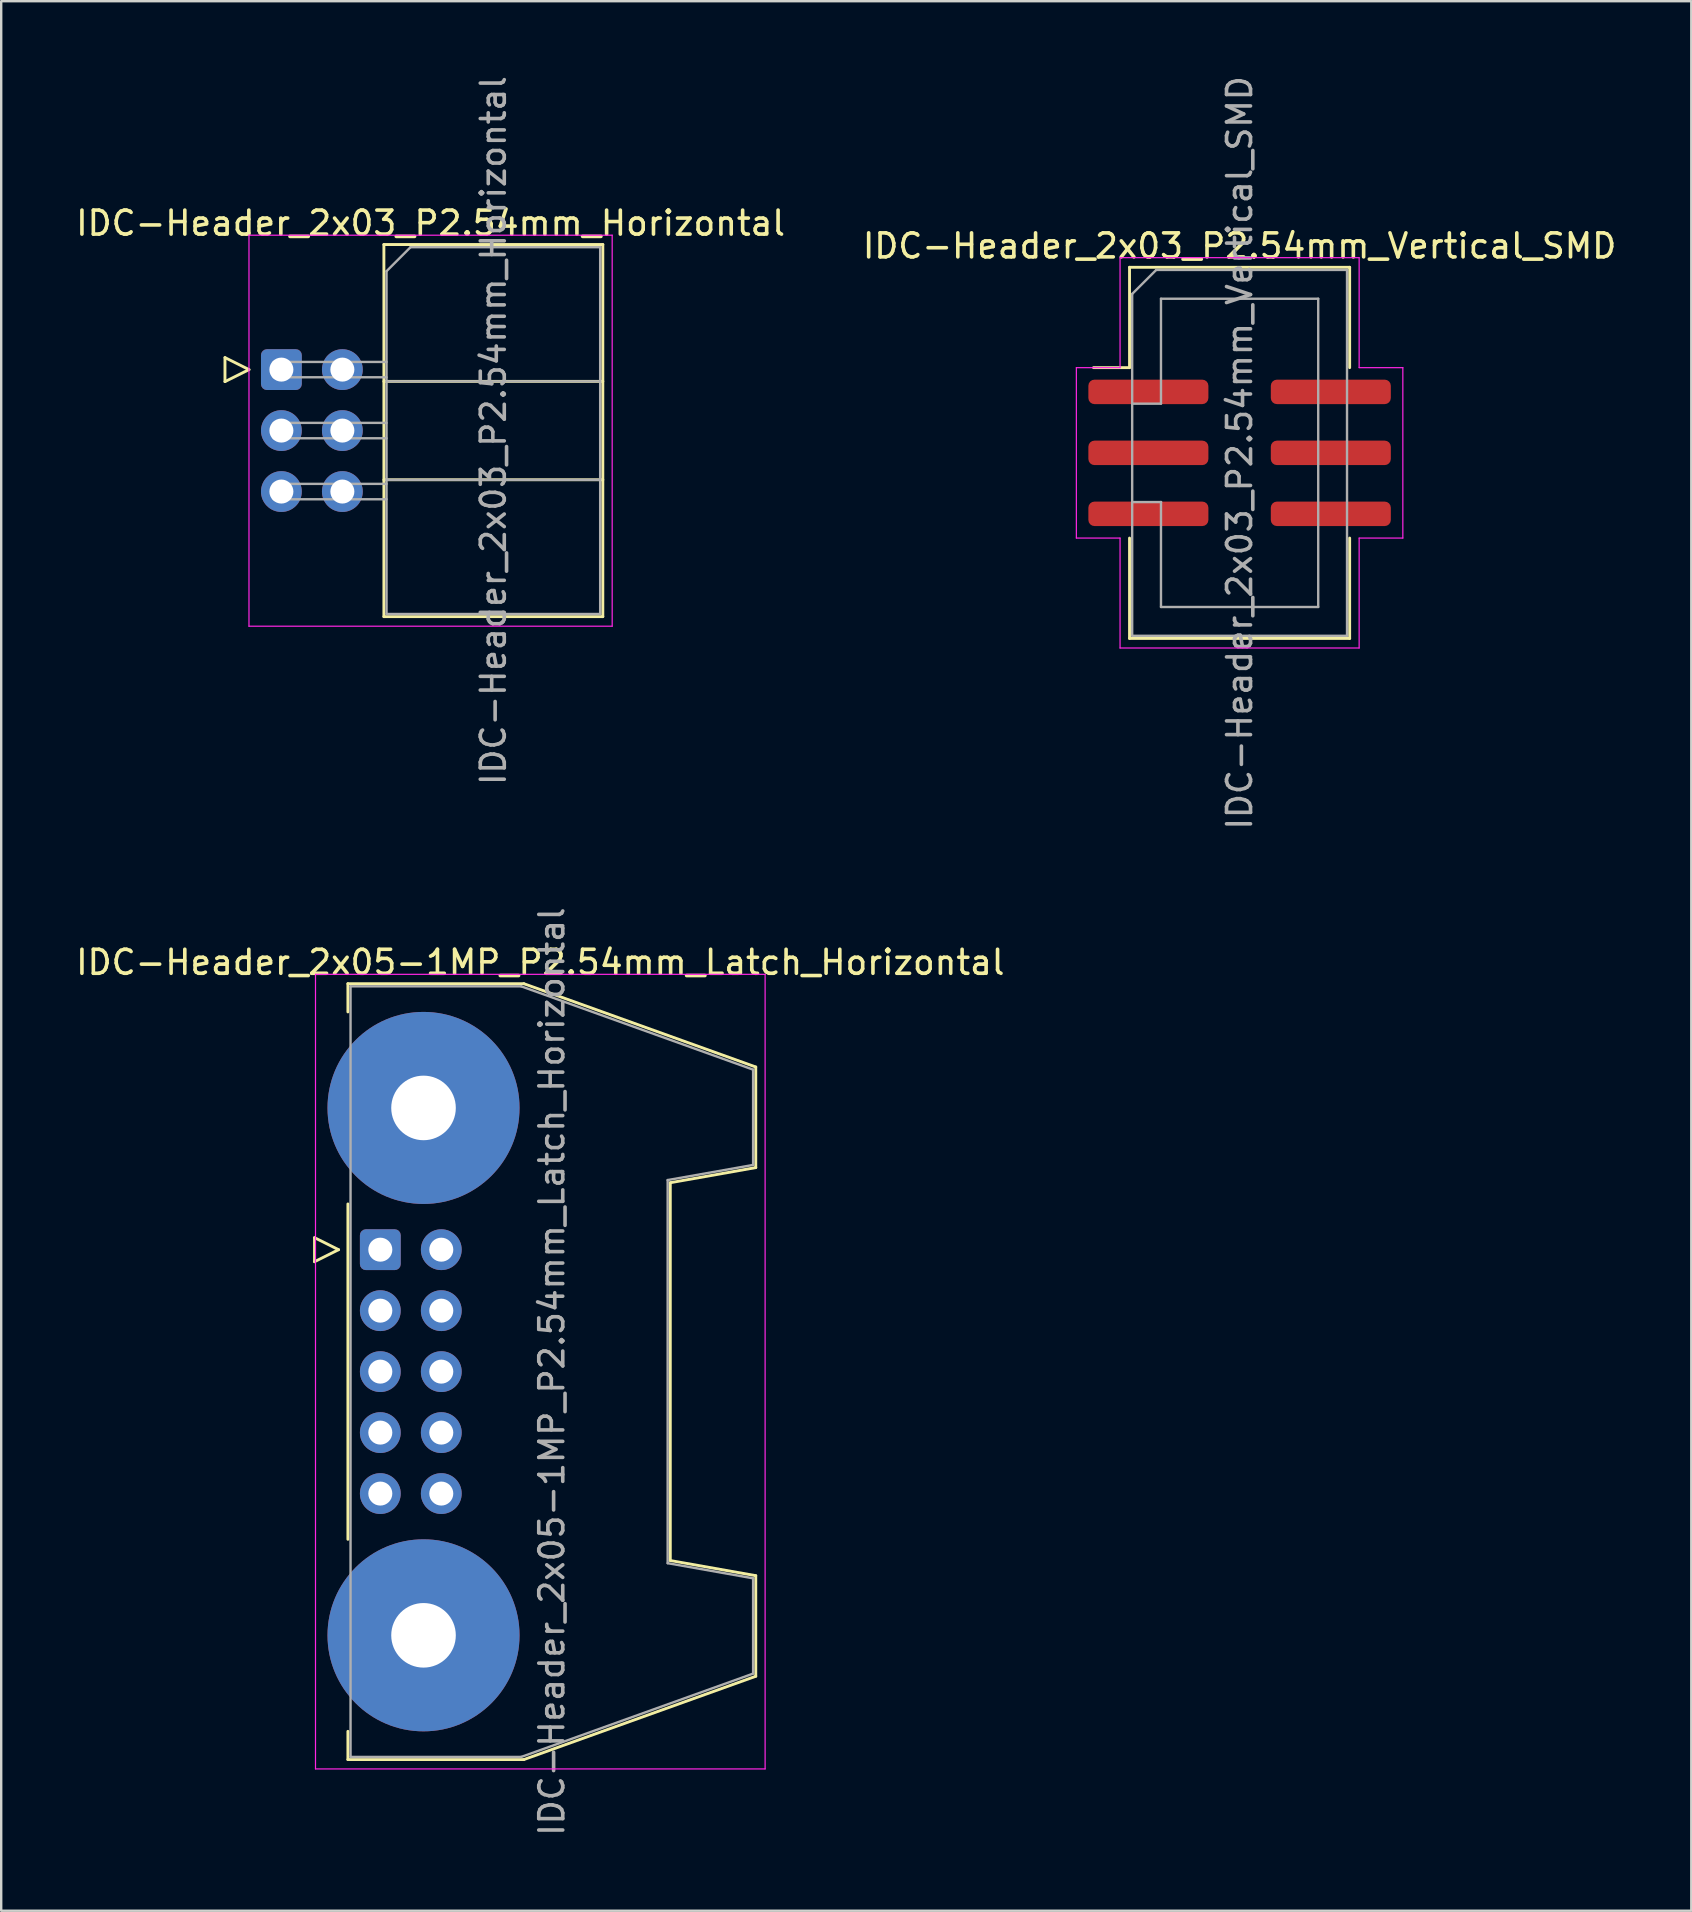
<source format=kicad_pcb>
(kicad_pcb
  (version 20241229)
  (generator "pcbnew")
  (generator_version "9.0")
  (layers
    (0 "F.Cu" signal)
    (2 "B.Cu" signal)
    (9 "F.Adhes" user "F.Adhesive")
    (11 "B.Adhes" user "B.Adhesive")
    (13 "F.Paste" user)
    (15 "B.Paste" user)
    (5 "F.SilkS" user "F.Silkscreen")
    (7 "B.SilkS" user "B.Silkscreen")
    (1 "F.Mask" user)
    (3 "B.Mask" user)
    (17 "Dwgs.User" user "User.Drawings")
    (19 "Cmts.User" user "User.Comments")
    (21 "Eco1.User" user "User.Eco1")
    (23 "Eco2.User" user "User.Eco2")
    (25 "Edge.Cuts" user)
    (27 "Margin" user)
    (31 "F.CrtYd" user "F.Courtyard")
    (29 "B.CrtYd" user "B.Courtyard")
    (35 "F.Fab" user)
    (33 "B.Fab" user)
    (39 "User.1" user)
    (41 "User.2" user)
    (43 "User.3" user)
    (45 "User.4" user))
  (footprint "IDC-Header_2x05-1MP_P2.54mm_Latch_Horizontal"
    (layer "F.Cu")
    (at 12.793 49.009)
    (property "Reference" "IDC-Header_2x05-1MP_P2.54mm_Latch_Horizontal" (at 6.665 -11.97 0) (layer "F.SilkS") (effects (font (size 1 1) (thickness 0.15))))
    (attr through_hole)
    (fp_line (start -2.74 -0.5) (end -2.74 0.5) (stroke (width 0.12) (type solid)) (layer "F.SilkS"))
    (fp_line (start -2.74 0.5) (end -1.74 0) (stroke (width 0.12) (type solid)) (layer "F.SilkS"))
    (fp_line (start -1.74 0) (end -2.74 -0.5) (stroke (width 0.12) (type solid)) (layer "F.SilkS"))
    (fp_line (start -1.35 -11.08) (end -1.35 -9.905) (stroke (width 0.12) (type solid)) (layer "F.SilkS"))
    (fp_line (start -1.35 -11.08) (end 5.98 -11.08) (stroke (width 0.12) (type solid)) (layer "F.SilkS"))
    (fp_line (start -1.35 -1.905) (end -1.35 12.065) (stroke (width 0.12) (type solid)) (layer "F.SilkS"))
    (fp_line (start -1.35 20.065) (end -1.35 21.24) (stroke (width 0.12) (type solid)) (layer "F.SilkS"))
    (fp_line (start 5.98 -11.08) (end 15.64 -7.61) (stroke (width 0.12) (type solid)) (layer "F.SilkS"))
    (fp_line (start 5.98 21.24) (end -1.35 21.24) (stroke (width 0.12) (type solid)) (layer "F.SilkS"))
    (fp_line (start 12.08 -2.79) (end 12.08 12.95) (stroke (width 0.12) (type solid)) (layer "F.SilkS"))
    (fp_line (start 12.08 12.95) (end 15.64 13.58) (stroke (width 0.12) (type solid)) (layer "F.SilkS"))
    (fp_line (start 15.64 -7.61) (end 15.64 -3.42) (stroke (width 0.12) (type solid)) (layer "F.SilkS"))
    (fp_line (start 15.64 -3.42) (end 12.08 -2.79) (stroke (width 0.12) (type solid)) (layer "F.SilkS"))
    (fp_line (start 15.64 13.58) (end 15.64 17.77) (stroke (width 0.12) (type solid)) (layer "F.SilkS"))
    (fp_line (start 15.64 17.77) (end 5.98 21.24) (stroke (width 0.12) (type solid)) (layer "F.SilkS"))
    (fp_line (start -2.7 -11.47) (end -2.7 21.63) (stroke (width 0.05) (type solid)) (layer "F.CrtYd"))
    (fp_line (start -2.7 21.63) (end 16.03 21.63) (stroke (width 0.05) (type solid)) (layer "F.CrtYd"))
    (fp_line (start 16.03 -11.47) (end -2.7 -11.47) (stroke (width 0.05) (type solid)) (layer "F.CrtYd"))
    (fp_line (start 16.03 21.63) (end 16.03 -11.47) (stroke (width 0.05) (type solid)) (layer "F.CrtYd"))
    (fp_line (start -1.24 -10.97) (end 5.87 -10.97) (stroke (width 0.1) (type solid)) (layer "F.Fab"))
    (fp_line (start -1.24 21.13) (end -1.24 -10.97) (stroke (width 0.1) (type solid)) (layer "F.Fab"))
    (fp_line (start 5.87 -10.97) (end 15.53 -7.5) (stroke (width 0.1) (type solid)) (layer "F.Fab"))
    (fp_line (start 5.87 21.13) (end -1.24 21.13) (stroke (width 0.1) (type solid)) (layer "F.Fab"))
    (fp_line (start 11.97 -2.9) (end 11.97 13.06) (stroke (width 0.1) (type solid)) (layer "F.Fab"))
    (fp_line (start 11.97 13.06) (end 15.53 13.69) (stroke (width 0.1) (type solid)) (layer "F.Fab"))
    (fp_line (start 15.53 -7.5) (end 15.53 -3.53) (stroke (width 0.1) (type solid)) (layer "F.Fab"))
    (fp_line (start 15.53 -3.53) (end 11.97 -2.9) (stroke (width 0.1) (type solid)) (layer "F.Fab"))
    (fp_line (start 15.53 13.69) (end 15.53 17.66) (stroke (width 0.1) (type solid)) (layer "F.Fab"))
    (fp_line (start 15.53 17.66) (end 5.87 21.13) (stroke (width 0.1) (type solid)) (layer "F.Fab"))
    (fp_text user "${REFERENCE}" (at 7.145 5.08 90) (layer "F.Fab") (effects (font (size 1 1) (thickness 0.15))))
    (pad "1" thru_hole roundrect (at 0 0) (size 1.7 1.7) (drill 1) (layers "*.Cu" "*.Mask") (roundrect_rratio 0.147))
    (pad "2" thru_hole circle (at 2.54 0) (size 1.7 1.7) (drill 1) (layers "*.Cu" "*.Mask"))
    (pad "3" thru_hole circle (at 0 2.54) (size 1.7 1.7) (drill 1) (layers "*.Cu" "*.Mask"))
    (pad "4" thru_hole circle (at 2.54 2.54) (size 1.7 1.7) (drill 1) (layers "*.Cu" "*.Mask"))
    (pad "5" thru_hole circle (at 0 5.08) (size 1.7 1.7) (drill 1) (layers "*.Cu" "*.Mask"))
    (pad "6" thru_hole circle (at 2.54 5.08) (size 1.7 1.7) (drill 1) (layers "*.Cu" "*.Mask"))
    (pad "7" thru_hole circle (at 0 7.62) (size 1.7 1.7) (drill 1) (layers "*.Cu" "*.Mask"))
    (pad "8" thru_hole circle (at 2.54 7.62) (size 1.7 1.7) (drill 1) (layers "*.Cu" "*.Mask"))
    (pad "9" thru_hole circle (at 0 10.16) (size 1.7 1.7) (drill 1) (layers "*.Cu" "*.Mask"))
    (pad "10" thru_hole circle (at 2.54 10.16) (size 1.7 1.7) (drill 1) (layers "*.Cu" "*.Mask"))
    (pad "MP" thru_hole circle (at 1.8 -5.905) (size 8 8) (drill 2.69) (layers "*.Cu" "*.Mask"))
    (pad "MP" thru_hole circle (at 1.8 16.065) (size 8 8) (drill 2.69) (layers "*.Cu" "*.Mask")))
  (footprint "IDC-Header_2x03_P2.54mm_Vertical_SMD"
    (layer "F.Cu")
    (at 48.589 15.815)
    (property "Reference" "IDC-Header_2x03_P2.54mm_Vertical_SMD" (at 0 -8.62 0) (layer "F.SilkS") (effects (font (size 1 1) (thickness 0.15))))
    (attr smd)
    (fp_line (start -4.585 -7.73) (end 4.585 -7.73) (stroke (width 0.12) (type solid)) (layer "F.SilkS"))
    (fp_line (start -4.585 -3.55) (end -6.085 -3.55) (stroke (width 0.12) (type solid)) (layer "F.SilkS"))
    (fp_line (start -4.585 -3.55) (end -4.585 -7.73) (stroke (width 0.12) (type solid)) (layer "F.SilkS"))
    (fp_line (start -4.585 3.55) (end -4.585 7.73) (stroke (width 0.12) (type solid)) (layer "F.SilkS"))
    (fp_line (start -4.585 7.73) (end 4.585 7.73) (stroke (width 0.12) (type solid)) (layer "F.SilkS"))
    (fp_line (start 4.585 -7.73) (end 4.585 -3.55) (stroke (width 0.12) (type solid)) (layer "F.SilkS"))
    (fp_line (start 4.585 7.73) (end 4.585 3.55) (stroke (width 0.12) (type solid)) (layer "F.SilkS"))
    (fp_line (start -6.8 -3.55) (end -6.8 3.55) (stroke (width 0.05) (type solid)) (layer "F.CrtYd"))
    (fp_line (start -6.8 3.55) (end -4.98 3.55) (stroke (width 0.05) (type solid)) (layer "F.CrtYd"))
    (fp_line (start -4.98 -8.13) (end -4.98 -3.55) (stroke (width 0.05) (type solid)) (layer "F.CrtYd"))
    (fp_line (start -4.98 -3.55) (end -6.8 -3.55) (stroke (width 0.05) (type solid)) (layer "F.CrtYd"))
    (fp_line (start -4.98 3.55) (end -4.98 8.13) (stroke (width 0.05) (type solid)) (layer "F.CrtYd"))
    (fp_line (start -4.98 8.13) (end 4.98 8.13) (stroke (width 0.05) (type solid)) (layer "F.CrtYd"))
    (fp_line (start 4.98 -8.13) (end -4.98 -8.13) (stroke (width 0.05) (type solid)) (layer "F.CrtYd"))
    (fp_line (start 4.98 -3.55) (end 4.98 -8.13) (stroke (width 0.05) (type solid)) (layer "F.CrtYd"))
    (fp_line (start 4.98 3.55) (end 6.8 3.55) (stroke (width 0.05) (type solid)) (layer "F.CrtYd"))
    (fp_line (start 4.98 8.13) (end 4.98 3.55) (stroke (width 0.05) (type solid)) (layer "F.CrtYd"))
    (fp_line (start 6.8 -3.55) (end 4.98 -3.55) (stroke (width 0.05) (type solid)) (layer "F.CrtYd"))
    (fp_line (start 6.8 3.55) (end 6.8 -3.55) (stroke (width 0.05) (type solid)) (layer "F.CrtYd"))
    (fp_line (start -4.475 -6.62) (end -3.475 -7.62) (stroke (width 0.1) (type solid)) (layer "F.Fab"))
    (fp_line (start -4.475 -2.05) (end -3.275 -2.05) (stroke (width 0.1) (type solid)) (layer "F.Fab"))
    (fp_line (start -4.475 7.62) (end -4.475 -6.62) (stroke (width 0.1) (type solid)) (layer "F.Fab"))
    (fp_line (start -3.475 -7.62) (end 4.475 -7.62) (stroke (width 0.1) (type solid)) (layer "F.Fab"))
    (fp_line (start -3.275 -6.42) (end 3.275 -6.42) (stroke (width 0.1) (type solid)) (layer "F.Fab"))
    (fp_line (start -3.275 -2.05) (end -3.275 -6.42) (stroke (width 0.1) (type solid)) (layer "F.Fab"))
    (fp_line (start -3.275 2.05) (end -4.475 2.05) (stroke (width 0.1) (type solid)) (layer "F.Fab"))
    (fp_line (start -3.275 2.05) (end -3.275 2.05) (stroke (width 0.1) (type solid)) (layer "F.Fab"))
    (fp_line (start -3.275 6.42) (end -3.275 2.05) (stroke (width 0.1) (type solid)) (layer "F.Fab"))
    (fp_line (start 3.275 -6.42) (end 3.275 6.42) (stroke (width 0.1) (type solid)) (layer "F.Fab"))
    (fp_line (start 3.275 6.42) (end -3.275 6.42) (stroke (width 0.1) (type solid)) (layer "F.Fab"))
    (fp_line (start 4.475 -7.62) (end 4.475 7.62) (stroke (width 0.1) (type solid)) (layer "F.Fab"))
    (fp_line (start 4.475 7.62) (end -4.475 7.62) (stroke (width 0.1) (type solid)) (layer "F.Fab"))
    (fp_text user "${REFERENCE}" (at 0 0 90) (layer "F.Fab") (effects (font (size 1 1) (thickness 0.15))))
    (pad "1" smd roundrect (at -3.8 -2.54) (size 5 1.02) (layers "F.Cu" "F.Mask" "F.Paste") (roundrect_rratio 0.25))
    (pad "2" smd roundrect (at 3.8 -2.54) (size 5 1.02) (layers "F.Cu" "F.Mask" "F.Paste") (roundrect_rratio 0.25))
    (pad "3" smd roundrect (at -3.8 0) (size 5 1.02) (layers "F.Cu" "F.Mask" "F.Paste") (roundrect_rratio 0.25))
    (pad "4" smd roundrect (at 3.8 0) (size 5 1.02) (layers "F.Cu" "F.Mask" "F.Paste") (roundrect_rratio 0.25))
    (pad "5" smd roundrect (at -3.8 2.54) (size 5 1.02) (layers "F.Cu" "F.Mask" "F.Paste") (roundrect_rratio 0.25))
    (pad "6" smd roundrect (at 3.8 2.54) (size 5 1.02) (layers "F.Cu" "F.Mask" "F.Paste") (roundrect_rratio 0.25)))
  (footprint "IDC-Header_2x03_P2.54mm_Horizontal"
    (layer "F.Cu")
    (at 8.672 12.347)
    (property "Reference" "IDC-Header_2x03_P2.54mm_Horizontal" (at 6.215 -6.1 0) (layer "F.SilkS") (effects (font (size 1 1) (thickness 0.15))))
    (attr through_hole)
    (fp_line (start -2.35 -0.5) (end -2.35 0.5) (stroke (width 0.12) (type solid)) (layer "F.SilkS"))
    (fp_line (start -2.35 0.5) (end -1.35 0) (stroke (width 0.12) (type solid)) (layer "F.SilkS"))
    (fp_line (start -1.35 0) (end -2.35 -0.5) (stroke (width 0.12) (type solid)) (layer "F.SilkS"))
    (fp_line (start 4.27 -5.21) (end 13.39 -5.21) (stroke (width 0.12) (type solid)) (layer "F.SilkS"))
    (fp_line (start 4.27 0.49) (end 13.39 0.49) (stroke (width 0.12) (type solid)) (layer "F.SilkS"))
    (fp_line (start 4.27 4.59) (end 13.39 4.59) (stroke (width 0.12) (type solid)) (layer "F.SilkS"))
    (fp_line (start 4.27 10.29) (end 4.27 -5.21) (stroke (width 0.12) (type solid)) (layer "F.SilkS"))
    (fp_line (start 13.39 -5.21) (end 13.39 10.29) (stroke (width 0.12) (type solid)) (layer "F.SilkS"))
    (fp_line (start 13.39 10.29) (end 4.27 10.29) (stroke (width 0.12) (type solid)) (layer "F.SilkS"))
    (fp_line (start -1.35 -5.6) (end -1.35 10.69) (stroke (width 0.05) (type solid)) (layer "F.CrtYd"))
    (fp_line (start -1.35 10.69) (end 13.78 10.69) (stroke (width 0.05) (type solid)) (layer "F.CrtYd"))
    (fp_line (start 13.78 -5.6) (end -1.35 -5.6) (stroke (width 0.05) (type solid)) (layer "F.CrtYd"))
    (fp_line (start 13.78 10.69) (end 13.78 -5.6) (stroke (width 0.05) (type solid)) (layer "F.CrtYd"))
    (fp_line (start -0.32 -0.32) (end -0.32 0.32) (stroke (width 0.1) (type solid)) (layer "F.Fab"))
    (fp_line (start -0.32 0.32) (end 4.38 0.32) (stroke (width 0.1) (type solid)) (layer "F.Fab"))
    (fp_line (start -0.32 2.22) (end -0.32 2.86) (stroke (width 0.1) (type solid)) (layer "F.Fab"))
    (fp_line (start -0.32 2.86) (end 4.38 2.86) (stroke (width 0.1) (type solid)) (layer "F.Fab"))
    (fp_line (start -0.32 4.76) (end -0.32 5.4) (stroke (width 0.1) (type solid)) (layer "F.Fab"))
    (fp_line (start -0.32 5.4) (end 4.38 5.4) (stroke (width 0.1) (type solid)) (layer "F.Fab"))
    (fp_line (start 4.38 -4.1) (end 5.38 -5.1) (stroke (width 0.1) (type solid)) (layer "F.Fab"))
    (fp_line (start 4.38 -0.32) (end -0.32 -0.32) (stroke (width 0.1) (type solid)) (layer "F.Fab"))
    (fp_line (start 4.38 0.49) (end 13.28 0.49) (stroke (width 0.1) (type solid)) (layer "F.Fab"))
    (fp_line (start 4.38 2.22) (end -0.32 2.22) (stroke (width 0.1) (type solid)) (layer "F.Fab"))
    (fp_line (start 4.38 4.59) (end 13.28 4.59) (stroke (width 0.1) (type solid)) (layer "F.Fab"))
    (fp_line (start 4.38 4.76) (end -0.32 4.76) (stroke (width 0.1) (type solid)) (layer "F.Fab"))
    (fp_line (start 4.38 10.18) (end 4.38 -4.1) (stroke (width 0.1) (type solid)) (layer "F.Fab"))
    (fp_line (start 5.38 -5.1) (end 13.28 -5.1) (stroke (width 0.1) (type solid)) (layer "F.Fab"))
    (fp_line (start 13.28 -5.1) (end 13.28 10.18) (stroke (width 0.1) (type solid)) (layer "F.Fab"))
    (fp_line (start 13.28 10.18) (end 4.38 10.18) (stroke (width 0.1) (type solid)) (layer "F.Fab"))
    (fp_text user "${REFERENCE}" (at 8.83 2.54 90) (layer "F.Fab") (effects (font (size 1 1) (thickness 0.15))))
    (pad "1" thru_hole roundrect (at 0 0) (size 1.7 1.7) (drill 1) (layers "*.Cu" "*.Mask") (roundrect_rratio 0.147))
    (pad "2" thru_hole circle (at 2.54 0) (size 1.7 1.7) (drill 1) (layers "*.Cu" "*.Mask"))
    (pad "3" thru_hole circle (at 0 2.54) (size 1.7 1.7) (drill 1) (layers "*.Cu" "*.Mask"))
    (pad "4" thru_hole circle (at 2.54 2.54) (size 1.7 1.7) (drill 1) (layers "*.Cu" "*.Mask"))
    (pad "5" thru_hole circle (at 0 5.08) (size 1.7 1.7) (drill 1) (layers "*.Cu" "*.Mask"))
    (pad "6" thru_hole circle (at 2.54 5.08) (size 1.7 1.7) (drill 1) (layers "*.Cu" "*.Mask")))
  (gr_rect
    (start -3 -3)
    (end 67.405 76.548)
    (stroke (width 0.1) (type default))
    (fill no)
    (layer "Edge.Cuts")))
</source>
